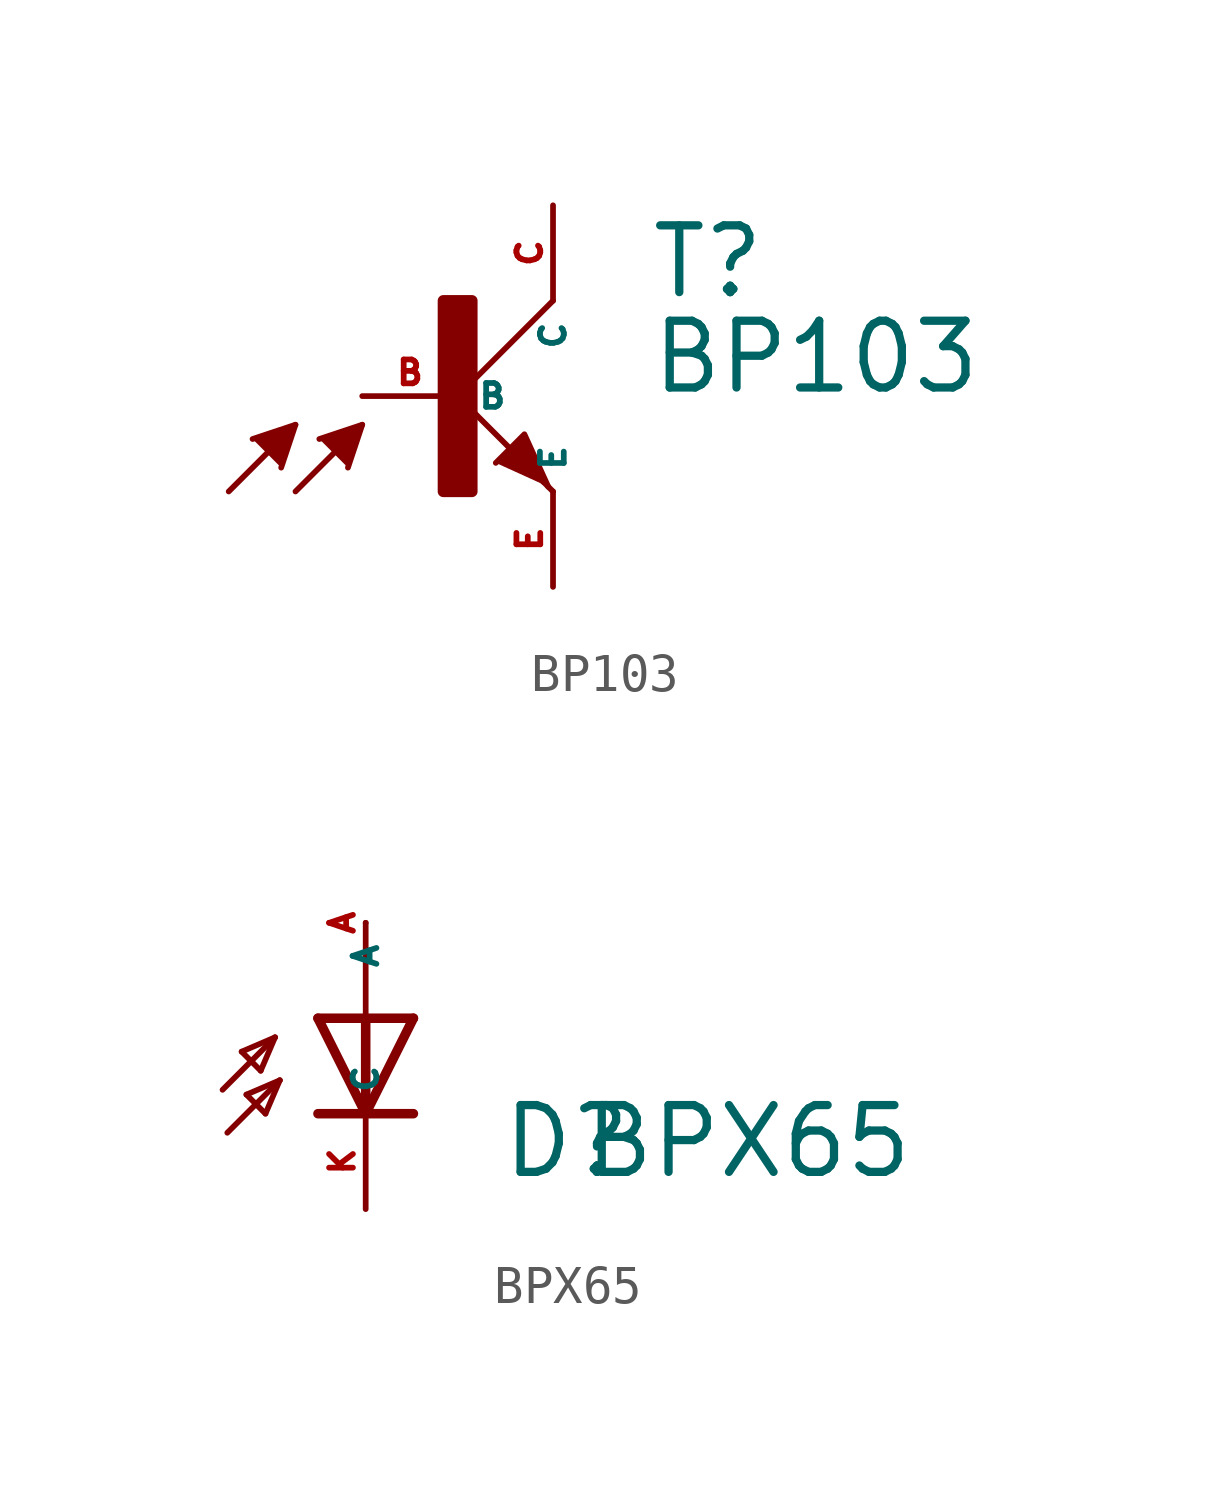
<source format=kicad_sym>
(kicad_symbol_lib
  (version 20220914)
  (generator Eagle2Kicad)
  (symbol "BP103"
    (property "Reference" "T"
      (at 5.08 2.54 0)
      (effects (font (size 1.778 1.778) (thickness 0.22)) (justify left bottom)))
    (property "Value" "BP103"
      (at 5.08 0 0)
      (effects (font (size 1.778 1.778) (thickness 0.22)) (justify left bottom)))
    (polyline
      (pts (xy -5.461 -1.143) (xy -4.318 -0.762) (xy -4.699 -1.905))
      (stroke (width 0.152) (type default))
      (fill (type outline)))
    (polyline
      (pts (xy -3.683 -1.143) (xy -2.54 -0.762) (xy -2.921 -1.905))
      (stroke (width 0.152) (type default))
      (fill (type outline)))
    (polyline
      (pts (xy 2.413 -2.413) (xy 1.778 -1.016) (xy 1.016 -1.778))
      (stroke (width 0.152) (type default))
      (fill (type outline)))
    (polyline
      (pts (xy -4.318 -2.54) (xy -2.54 -0.762))
      (stroke (width 0.152) (type default))
      (fill (type none)))
    (polyline
      (pts (xy -6.096 -2.54) (xy -4.318 -0.762))
      (stroke (width 0.152) (type default))
      (fill (type none)))
    (polyline
      (pts (xy 2.54 2.54) (xy 0 0))
      (stroke (width 0.152) (type default))
      (fill (type none)))
    (polyline
      (pts (xy 0 0) (xy 2.286 -2.286))
      (stroke (width 0.152) (type default))
      (fill (type none)))
    (polyline
      (pts (xy 2.286 -2.286) (xy 2.54 -2.54))
      (stroke (width 0.152) (type default))
      (fill (type none)))
    (rectangle
      (start -0.381 -2.54)
      (end 0.381 2.54)
      (stroke (width 0.3) (type default))
      (fill (type outline)))
    (pin passive line
      (at -2.54 0 0)
      (length 2.54)
      (name "B" (effects (font (size 0.635 0.635) (thickness 0.08)) (justify left bottom)))
      (number "B" (effects (font (size 0.635 0.635) (thickness 0.08)) (justify left bottom))))
    (pin passive line
      (at 2.54 -5.08 90)
      (length 2.54)
      (name "E" (effects (font (size 0.635 0.635) (thickness 0.08)) (justify left bottom)))
      (number "E" (effects (font (size 0.635 0.635) (thickness 0.08)) (justify left bottom))))
    (pin passive line
      (at 2.54 5.08 270)
      (length 2.54)
      (name "C" (effects (font (size 0.635 0.635) (thickness 0.08)) (justify left bottom)))
      (number "C" (effects (font (size 0.635 0.635) (thickness 0.08)) (justify left bottom)))))
  (symbol "BPX65"
    (property "Reference" "D"
      (at 3.556 -4.318 0)
      (effects (font (size 1.778 1.778) (thickness 0.22)) (justify left bottom)))
    (property "Value" "BPX65"
      (at 5.715 -4.318 0)
      (effects (font (size 1.778 1.778) (thickness 0.22)) (justify left bottom)))
    (polyline
      (pts (xy 1.27 0) (xy 0 -2.54))
      (stroke (width 0.254) (type default))
      (fill (type none)))
    (polyline
      (pts (xy 0 -2.54) (xy -1.27 0))
      (stroke (width 0.254) (type default))
      (fill (type none)))
    (polyline
      (pts (xy 1.27 -2.54) (xy 0 -2.54))
      (stroke (width 0.254) (type default))
      (fill (type none)))
    (polyline
      (pts (xy 0 -2.54) (xy -1.27 -2.54))
      (stroke (width 0.254) (type default))
      (fill (type none)))
    (polyline
      (pts (xy 1.27 0) (xy 0 0))
      (stroke (width 0.254) (type default))
      (fill (type none)))
    (polyline
      (pts (xy 0 2.54) (xy 0 0))
      (stroke (width 0.152) (type default))
      (fill (type none)))
    (polyline
      (pts (xy 0 0) (xy -1.27 0))
      (stroke (width 0.254) (type default))
      (fill (type none)))
    (polyline
      (pts (xy 0 0) (xy 0 -2.54))
      (stroke (width 0.254) (type default))
      (fill (type none)))
    (polyline
      (pts (xy -3.683 -3.048) (xy -2.286 -1.651))
      (stroke (width 0.152) (type default))
      (fill (type none)))
    (polyline
      (pts (xy -2.286 -1.651) (xy -3.175 -2.032))
      (stroke (width 0.152) (type default))
      (fill (type none)))
    (polyline
      (pts (xy -3.175 -2.032) (xy -2.667 -2.54))
      (stroke (width 0.152) (type default))
      (fill (type none)))
    (polyline
      (pts (xy -2.667 -2.54) (xy -2.286 -1.651))
      (stroke (width 0.152) (type default))
      (fill (type none)))
    (polyline
      (pts (xy -2.413 -0.508) (xy -3.302 -0.889))
      (stroke (width 0.152) (type default))
      (fill (type none)))
    (polyline
      (pts (xy -3.302 -0.889) (xy -2.794 -1.397))
      (stroke (width 0.152) (type default))
      (fill (type none)))
    (polyline
      (pts (xy -2.794 -1.397) (xy -2.413 -0.508))
      (stroke (width 0.152) (type default))
      (fill (type none)))
    (polyline
      (pts (xy -3.81 -1.905) (xy -2.413 -0.508))
      (stroke (width 0.152) (type default))
      (fill (type none)))
    (pin passive line
      (at 0 -5.08 90)
      (length 2.54)
      (name "C" (effects (font (size 0.635 0.635) (thickness 0.08)) (justify left bottom)))
      (number "K" (effects (font (size 0.635 0.635) (thickness 0.08)) (justify left bottom))))
    (pin passive line
      (at 0 2.54 270)
      (length 0)
      (name "A" (effects (font (size 0.635 0.635) (thickness 0.08)) (justify left bottom)))
      (number "A" (effects (font (size 0.635 0.635) (thickness 0.08)) (justify left bottom))))))
</source>
